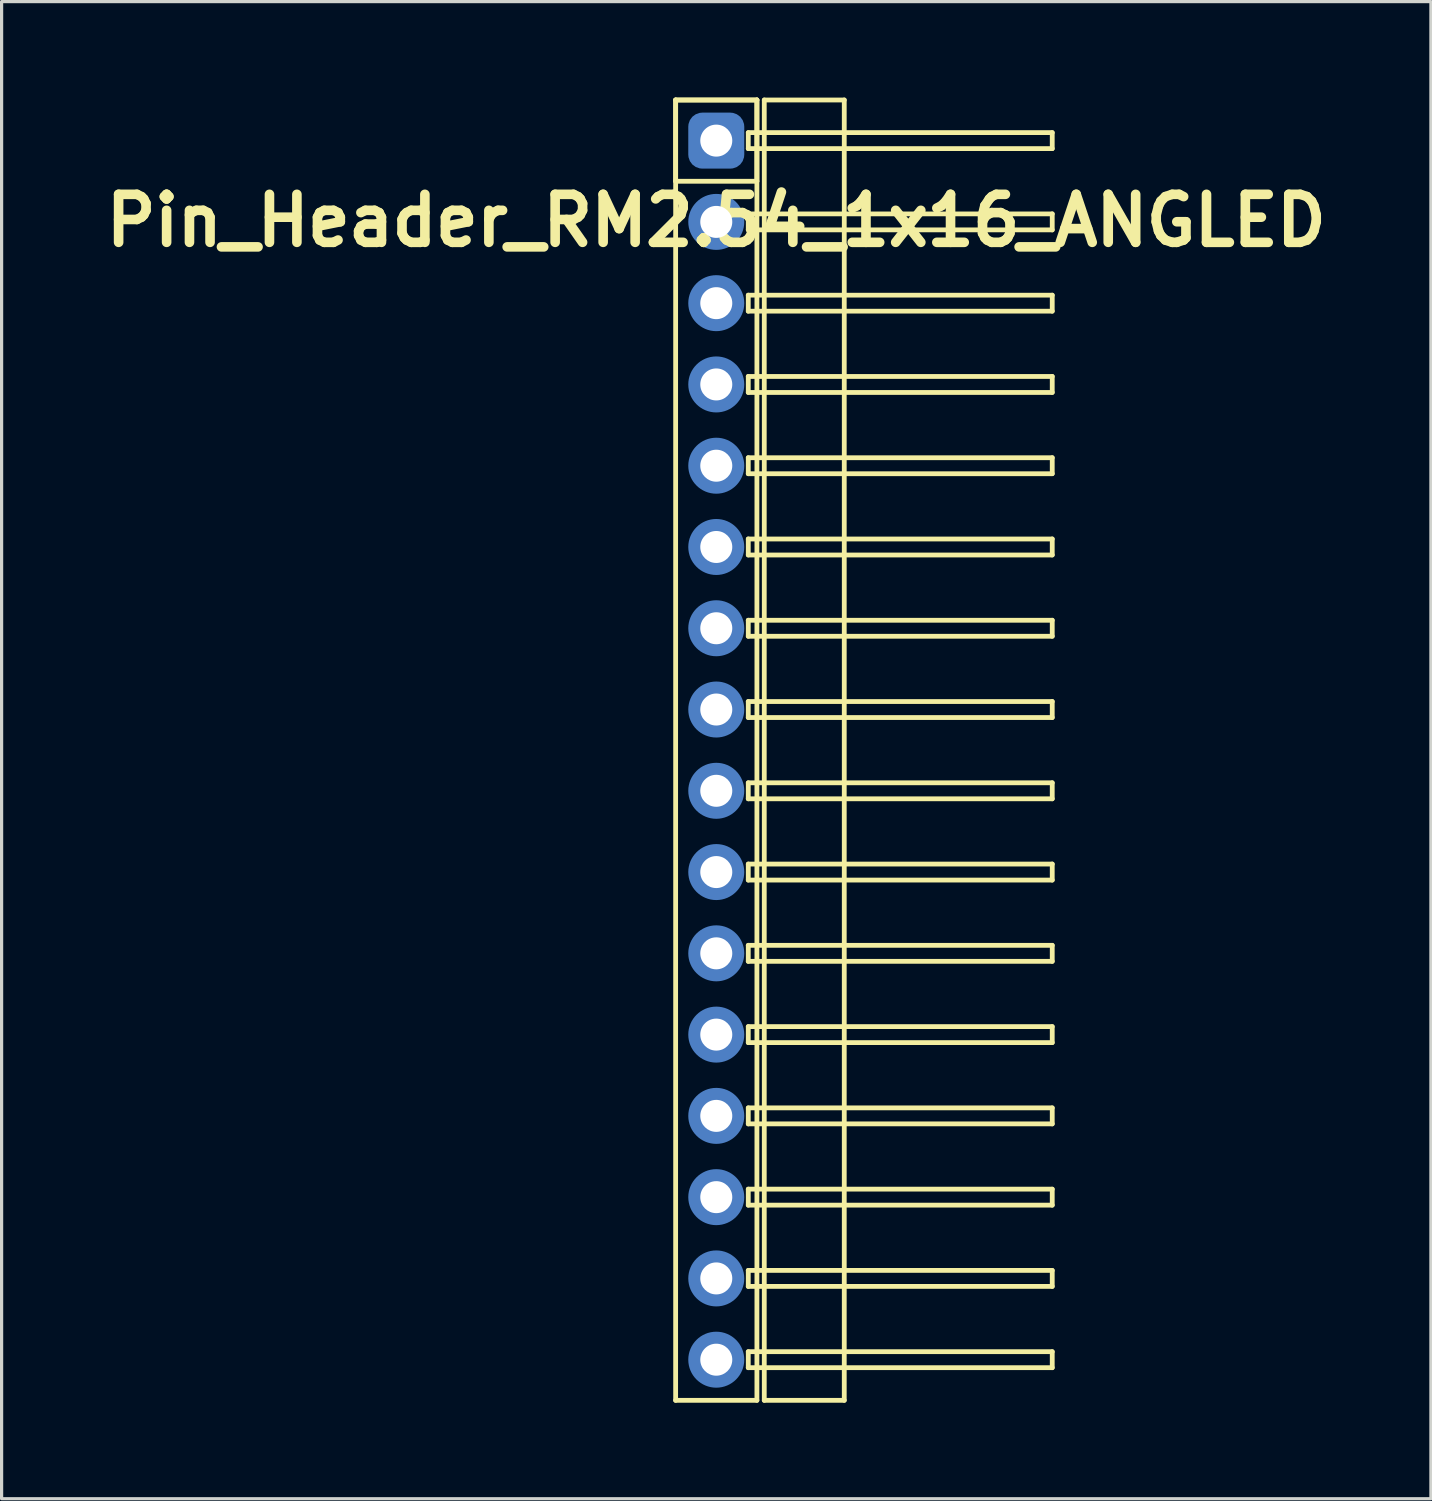
<source format=kicad_pcb>
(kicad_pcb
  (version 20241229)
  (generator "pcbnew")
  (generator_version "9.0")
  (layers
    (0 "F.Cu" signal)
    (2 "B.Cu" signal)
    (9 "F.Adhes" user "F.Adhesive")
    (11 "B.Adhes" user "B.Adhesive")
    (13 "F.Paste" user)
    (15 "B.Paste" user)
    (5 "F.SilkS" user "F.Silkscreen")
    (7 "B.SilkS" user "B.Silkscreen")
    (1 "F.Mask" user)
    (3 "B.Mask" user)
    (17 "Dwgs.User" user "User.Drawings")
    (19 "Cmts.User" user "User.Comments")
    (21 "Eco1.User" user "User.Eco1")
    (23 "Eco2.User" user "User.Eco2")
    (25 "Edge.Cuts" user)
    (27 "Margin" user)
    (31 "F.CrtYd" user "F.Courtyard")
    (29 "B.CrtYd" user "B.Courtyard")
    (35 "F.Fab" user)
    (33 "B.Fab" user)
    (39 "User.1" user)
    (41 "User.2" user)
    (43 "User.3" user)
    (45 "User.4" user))
  (footprint "Pin_Header_RM2.54_1x16_ANGLED"
    (layer "F.Cu")
    (at 19.336 1.345)
    (property "Reference" "Pin_Header_RM2.54_1x16_ANGLED" (at 0 2.5 0) (layer "F.SilkS") (effects (font (size 1.5 1.5) (thickness 0.3))))
    (attr through_hole)
    (fp_line (start -1.27 -1.27) (end 1.27 -1.27) (stroke (width 0.15) (type solid)) (layer "F.SilkS"))
    (fp_line (start -1.27 -1.27) (end 1.27 -1.27) (stroke (width 0.15) (type solid)) (layer "F.SilkS"))
    (fp_line (start -1.27 1.27) (end -1.27 -1.27) (stroke (width 0.15) (type solid)) (layer "F.SilkS"))
    (fp_line (start -1.27 39.37) (end -1.27 -1.27) (stroke (width 0.15) (type solid)) (layer "F.SilkS"))
    (fp_line (start 1 -0.25) (end 10.5 -0.25) (stroke (width 0.15) (type solid)) (layer "F.SilkS"))
    (fp_line (start 1 0.25) (end 1 -0.25) (stroke (width 0.15) (type solid)) (layer "F.SilkS"))
    (fp_line (start 1 2.29) (end 10.5 2.29) (stroke (width 0.15) (type solid)) (layer "F.SilkS"))
    (fp_line (start 1 2.79) (end 1 2.29) (stroke (width 0.15) (type solid)) (layer "F.SilkS"))
    (fp_line (start 1 4.83) (end 10.5 4.83) (stroke (width 0.15) (type solid)) (layer "F.SilkS"))
    (fp_line (start 1 5.33) (end 1 4.83) (stroke (width 0.15) (type solid)) (layer "F.SilkS"))
    (fp_line (start 1 7.37) (end 10.5 7.37) (stroke (width 0.15) (type solid)) (layer "F.SilkS"))
    (fp_line (start 1 7.87) (end 1 7.37) (stroke (width 0.15) (type solid)) (layer "F.SilkS"))
    (fp_line (start 1 9.91) (end 10.5 9.91) (stroke (width 0.15) (type solid)) (layer "F.SilkS"))
    (fp_line (start 1 10.41) (end 1 9.91) (stroke (width 0.15) (type solid)) (layer "F.SilkS"))
    (fp_line (start 1 12.45) (end 10.5 12.45) (stroke (width 0.15) (type solid)) (layer "F.SilkS"))
    (fp_line (start 1 12.95) (end 1 12.45) (stroke (width 0.15) (type solid)) (layer "F.SilkS"))
    (fp_line (start 1 14.99) (end 10.5 14.99) (stroke (width 0.15) (type solid)) (layer "F.SilkS"))
    (fp_line (start 1 15.49) (end 1 14.99) (stroke (width 0.15) (type solid)) (layer "F.SilkS"))
    (fp_line (start 1 17.53) (end 10.5 17.53) (stroke (width 0.15) (type solid)) (layer "F.SilkS"))
    (fp_line (start 1 18.03) (end 1 17.53) (stroke (width 0.15) (type solid)) (layer "F.SilkS"))
    (fp_line (start 1 20.07) (end 10.5 20.07) (stroke (width 0.15) (type solid)) (layer "F.SilkS"))
    (fp_line (start 1 20.57) (end 1 20.07) (stroke (width 0.15) (type solid)) (layer "F.SilkS"))
    (fp_line (start 1 22.61) (end 10.5 22.61) (stroke (width 0.15) (type solid)) (layer "F.SilkS"))
    (fp_line (start 1 23.11) (end 1 22.61) (stroke (width 0.15) (type solid)) (layer "F.SilkS"))
    (fp_line (start 1 25.15) (end 10.5 25.15) (stroke (width 0.15) (type solid)) (layer "F.SilkS"))
    (fp_line (start 1 25.65) (end 1 25.15) (stroke (width 0.15) (type solid)) (layer "F.SilkS"))
    (fp_line (start 1 27.69) (end 10.5 27.69) (stroke (width 0.15) (type solid)) (layer "F.SilkS"))
    (fp_line (start 1 28.19) (end 1 27.69) (stroke (width 0.15) (type solid)) (layer "F.SilkS"))
    (fp_line (start 1 30.23) (end 10.5 30.23) (stroke (width 0.15) (type solid)) (layer "F.SilkS"))
    (fp_line (start 1 30.73) (end 1 30.23) (stroke (width 0.15) (type solid)) (layer "F.SilkS"))
    (fp_line (start 1 32.77) (end 10.5 32.77) (stroke (width 0.15) (type solid)) (layer "F.SilkS"))
    (fp_line (start 1 33.27) (end 1 32.77) (stroke (width 0.15) (type solid)) (layer "F.SilkS"))
    (fp_line (start 1 35.31) (end 10.5 35.31) (stroke (width 0.15) (type solid)) (layer "F.SilkS"))
    (fp_line (start 1 35.81) (end 1 35.31) (stroke (width 0.15) (type solid)) (layer "F.SilkS"))
    (fp_line (start 1 37.85) (end 10.5 37.85) (stroke (width 0.15) (type solid)) (layer "F.SilkS"))
    (fp_line (start 1 38.35) (end 1 37.85) (stroke (width 0.15) (type solid)) (layer "F.SilkS"))
    (fp_line (start 1.27 -1.27) (end 1.27 1.27) (stroke (width 0.15) (type solid)) (layer "F.SilkS"))
    (fp_line (start 1.27 -1.27) (end 1.27 39.37) (stroke (width 0.15) (type solid)) (layer "F.SilkS"))
    (fp_line (start 1.27 1.27) (end -1.27 1.27) (stroke (width 0.15) (type solid)) (layer "F.SilkS"))
    (fp_line (start 1.27 39.37) (end -1.27 39.37) (stroke (width 0.15) (type solid)) (layer "F.SilkS"))
    (fp_line (start 1.5 -1.27) (end 4 -1.27) (stroke (width 0.15) (type solid)) (layer "F.SilkS"))
    (fp_line (start 1.5 39.37) (end 1.5 -1.27) (stroke (width 0.15) (type solid)) (layer "F.SilkS"))
    (fp_line (start 4 -1.27) (end 4 39.37) (stroke (width 0.15) (type solid)) (layer "F.SilkS"))
    (fp_line (start 4 39.37) (end 1.5 39.37) (stroke (width 0.15) (type solid)) (layer "F.SilkS"))
    (fp_line (start 10.5 -0.25) (end 10.5 0.25) (stroke (width 0.15) (type solid)) (layer "F.SilkS"))
    (fp_line (start 10.5 0.25) (end 1 0.25) (stroke (width 0.15) (type solid)) (layer "F.SilkS"))
    (fp_line (start 10.5 2.29) (end 10.5 2.79) (stroke (width 0.15) (type solid)) (layer "F.SilkS"))
    (fp_line (start 10.5 2.79) (end 1 2.79) (stroke (width 0.15) (type solid)) (layer "F.SilkS"))
    (fp_line (start 10.5 4.83) (end 10.5 5.33) (stroke (width 0.15) (type solid)) (layer "F.SilkS"))
    (fp_line (start 10.5 5.33) (end 1 5.33) (stroke (width 0.15) (type solid)) (layer "F.SilkS"))
    (fp_line (start 10.5 7.37) (end 10.5 7.87) (stroke (width 0.15) (type solid)) (layer "F.SilkS"))
    (fp_line (start 10.5 7.87) (end 1 7.87) (stroke (width 0.15) (type solid)) (layer "F.SilkS"))
    (fp_line (start 10.5 9.91) (end 10.5 10.41) (stroke (width 0.15) (type solid)) (layer "F.SilkS"))
    (fp_line (start 10.5 10.41) (end 1 10.41) (stroke (width 0.15) (type solid)) (layer "F.SilkS"))
    (fp_line (start 10.5 12.45) (end 10.5 12.95) (stroke (width 0.15) (type solid)) (layer "F.SilkS"))
    (fp_line (start 10.5 12.95) (end 1 12.95) (stroke (width 0.15) (type solid)) (layer "F.SilkS"))
    (fp_line (start 10.5 14.99) (end 10.5 15.49) (stroke (width 0.15) (type solid)) (layer "F.SilkS"))
    (fp_line (start 10.5 15.49) (end 1 15.49) (stroke (width 0.15) (type solid)) (layer "F.SilkS"))
    (fp_line (start 10.5 17.53) (end 10.5 18.03) (stroke (width 0.15) (type solid)) (layer "F.SilkS"))
    (fp_line (start 10.5 18.03) (end 1 18.03) (stroke (width 0.15) (type solid)) (layer "F.SilkS"))
    (fp_line (start 10.5 20.07) (end 10.5 20.57) (stroke (width 0.15) (type solid)) (layer "F.SilkS"))
    (fp_line (start 10.5 20.57) (end 1 20.57) (stroke (width 0.15) (type solid)) (layer "F.SilkS"))
    (fp_line (start 10.5 22.61) (end 10.5 23.11) (stroke (width 0.15) (type solid)) (layer "F.SilkS"))
    (fp_line (start 10.5 23.11) (end 1 23.11) (stroke (width 0.15) (type solid)) (layer "F.SilkS"))
    (fp_line (start 10.5 25.15) (end 10.5 25.65) (stroke (width 0.15) (type solid)) (layer "F.SilkS"))
    (fp_line (start 10.5 25.65) (end 1 25.65) (stroke (width 0.15) (type solid)) (layer "F.SilkS"))
    (fp_line (start 10.5 27.69) (end 10.5 28.19) (stroke (width 0.15) (type solid)) (layer "F.SilkS"))
    (fp_line (start 10.5 28.19) (end 1 28.19) (stroke (width 0.15) (type solid)) (layer "F.SilkS"))
    (fp_line (start 10.5 30.23) (end 10.5 30.73) (stroke (width 0.15) (type solid)) (layer "F.SilkS"))
    (fp_line (start 10.5 30.73) (end 1 30.73) (stroke (width 0.15) (type solid)) (layer "F.SilkS"))
    (fp_line (start 10.5 32.77) (end 10.5 33.27) (stroke (width 0.15) (type solid)) (layer "F.SilkS"))
    (fp_line (start 10.5 33.27) (end 1 33.27) (stroke (width 0.15) (type solid)) (layer "F.SilkS"))
    (fp_line (start 10.5 35.31) (end 10.5 35.81) (stroke (width 0.15) (type solid)) (layer "F.SilkS"))
    (fp_line (start 10.5 35.81) (end 1 35.81) (stroke (width 0.15) (type solid)) (layer "F.SilkS"))
    (fp_line (start 10.5 37.85) (end 10.5 38.35) (stroke (width 0.15) (type solid)) (layer "F.SilkS"))
    (fp_line (start 10.5 38.35) (end 1 38.35) (stroke (width 0.15) (type solid)) (layer "F.SilkS"))
    (pad "1" thru_hole circle (at 0 0) (size 1.3 1.3) (drill 1) (layers "*.Cu" "*.Mask"))
    (pad "1" smd roundrect (at 0 0) (size 1.5 1.5) (layers "F.Cu" "F.Mask") (roundrect_rratio 0.25))
    (pad "1" smd roundrect (at 0 0) (size 1.75 1.75) (layers "B.Cu" "B.Mask") (roundrect_rratio 0.25))
    (pad "2" thru_hole circle (at 0 2.54) (size 1.3 1.3) (drill 1) (layers "*.Cu" "*.Mask"))
    (pad "2" smd circle (at 0 2.54) (size 1.5 1.5) (layers "F.Cu" "F.Mask"))
    (pad "2" smd circle (at 0 2.54) (size 1.75 1.75) (layers "B.Cu" "B.Mask"))
    (pad "3" thru_hole circle (at 0 5.08) (size 1.3 1.3) (drill 1) (layers "*.Cu" "*.Mask"))
    (pad "3" smd circle (at 0 5.08) (size 1.5 1.5) (layers "F.Cu" "F.Mask"))
    (pad "3" smd circle (at 0 5.08) (size 1.75 1.75) (layers "B.Cu" "B.Mask"))
    (pad "4" thru_hole circle (at 0 7.62) (size 1.3 1.3) (drill 1) (layers "*.Cu" "*.Mask"))
    (pad "4" smd circle (at 0 7.62) (size 1.5 1.5) (layers "F.Cu" "F.Mask"))
    (pad "4" smd circle (at 0 7.62) (size 1.75 1.75) (layers "B.Cu" "B.Mask"))
    (pad "5" thru_hole circle (at 0 10.16) (size 1.3 1.3) (drill 1) (layers "*.Cu" "*.Mask"))
    (pad "5" smd circle (at 0 10.16) (size 1.5 1.5) (layers "F.Cu" "F.Mask"))
    (pad "5" smd circle (at 0 10.16) (size 1.75 1.75) (layers "B.Cu" "B.Mask"))
    (pad "6" thru_hole circle (at 0 12.7) (size 1.3 1.3) (drill 1) (layers "*.Cu" "*.Mask"))
    (pad "6" smd circle (at 0 12.7) (size 1.5 1.5) (layers "F.Cu" "F.Mask"))
    (pad "6" smd circle (at 0 12.7) (size 1.75 1.75) (layers "B.Cu" "B.Mask"))
    (pad "7" thru_hole circle (at 0 15.24) (size 1.3 1.3) (drill 1) (layers "*.Cu" "*.Mask"))
    (pad "7" smd circle (at 0 15.24) (size 1.5 1.5) (layers "F.Cu" "F.Mask"))
    (pad "7" smd circle (at 0 15.24) (size 1.75 1.75) (layers "B.Cu" "B.Mask"))
    (pad "8" thru_hole circle (at 0 17.78) (size 1.3 1.3) (drill 1) (layers "*.Cu" "*.Mask"))
    (pad "8" smd circle (at 0 17.78) (size 1.5 1.5) (layers "F.Cu" "F.Mask"))
    (pad "8" smd circle (at 0 17.78) (size 1.75 1.75) (layers "B.Cu" "B.Mask"))
    (pad "9" thru_hole circle (at 0 20.32) (size 1.3 1.3) (drill 1) (layers "*.Cu" "*.Mask"))
    (pad "9" smd circle (at 0 20.32) (size 1.5 1.5) (layers "F.Cu" "F.Mask"))
    (pad "9" smd circle (at 0 20.32) (size 1.75 1.75) (layers "B.Cu" "B.Mask"))
    (pad "10" thru_hole circle (at 0 22.86) (size 1.3 1.3) (drill 1) (layers "*.Cu" "*.Mask"))
    (pad "10" smd circle (at 0 22.86) (size 1.5 1.5) (layers "F.Cu" "F.Mask"))
    (pad "10" smd circle (at 0 22.86) (size 1.75 1.75) (layers "B.Cu" "B.Mask"))
    (pad "11" thru_hole circle (at 0 25.4) (size 1.3 1.3) (drill 1) (layers "*.Cu" "*.Mask"))
    (pad "11" smd circle (at 0 25.4) (size 1.5 1.5) (layers "F.Cu" "F.Mask"))
    (pad "11" smd circle (at 0 25.4) (size 1.75 1.75) (layers "B.Cu" "B.Mask"))
    (pad "12" thru_hole circle (at 0 27.94) (size 1.3 1.3) (drill 1) (layers "*.Cu" "*.Mask"))
    (pad "12" smd circle (at 0 27.94) (size 1.5 1.5) (layers "F.Cu" "F.Mask"))
    (pad "12" smd circle (at 0 27.94) (size 1.75 1.75) (layers "B.Cu" "B.Mask"))
    (pad "13" thru_hole circle (at 0 30.48) (size 1.3 1.3) (drill 1) (layers "*.Cu" "*.Mask"))
    (pad "13" smd circle (at 0 30.48) (size 1.5 1.5) (layers "F.Cu" "F.Mask"))
    (pad "13" smd circle (at 0 30.48) (size 1.75 1.75) (layers "B.Cu" "B.Mask"))
    (pad "14" thru_hole circle (at 0 33.02) (size 1.3 1.3) (drill 1) (layers "*.Cu" "*.Mask"))
    (pad "14" smd circle (at 0 33.02) (size 1.5 1.5) (layers "F.Cu" "F.Mask"))
    (pad "14" smd circle (at 0 33.02) (size 1.75 1.75) (layers "B.Cu" "B.Mask"))
    (pad "15" thru_hole circle (at 0 35.56) (size 1.3 1.3) (drill 1) (layers "*.Cu" "*.Mask"))
    (pad "15" smd circle (at 0 35.56) (size 1.5 1.5) (layers "F.Cu" "F.Mask"))
    (pad "15" smd circle (at 0 35.56) (size 1.75 1.75) (layers "B.Cu" "B.Mask"))
    (pad "16" thru_hole circle (at 0 38.1) (size 1.3 1.3) (drill 1) (layers "*.Cu" "*.Mask"))
    (pad "16" smd circle (at 0 38.1) (size 1.5 1.5) (layers "F.Cu" "F.Mask"))
    (pad "16" smd circle (at 0 38.1) (size 1.75 1.75) (layers "B.Cu" "B.Mask")))
  (gr_rect
    (start -3 -3)
    (end 41.671 43.79)
    (stroke (width 0.1) (type default))
    (fill no)
    (layer "Edge.Cuts")))
</source>
